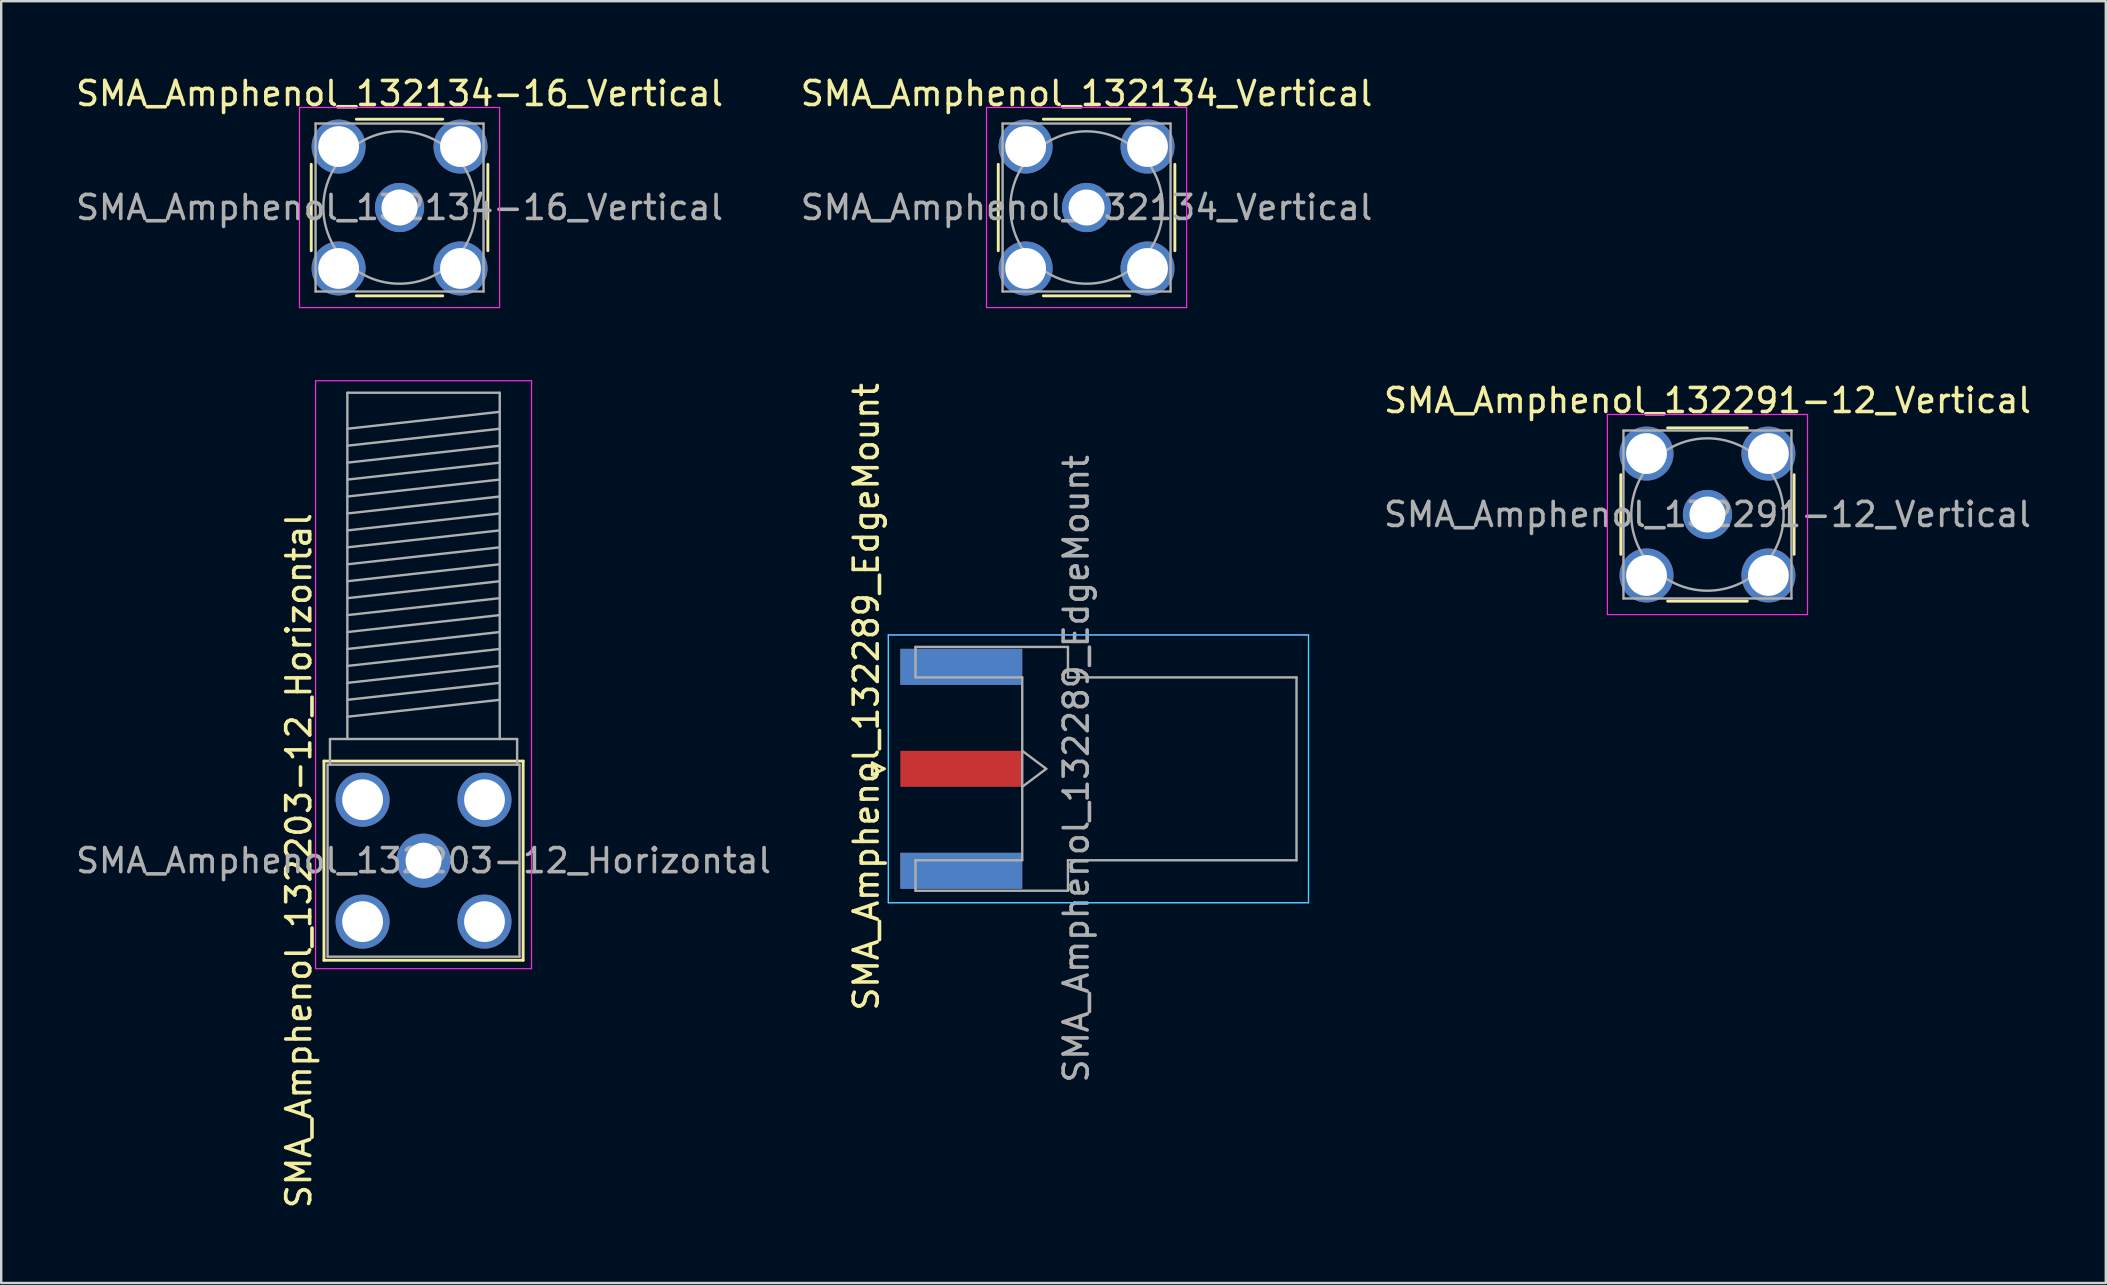
<source format=kicad_pcb>
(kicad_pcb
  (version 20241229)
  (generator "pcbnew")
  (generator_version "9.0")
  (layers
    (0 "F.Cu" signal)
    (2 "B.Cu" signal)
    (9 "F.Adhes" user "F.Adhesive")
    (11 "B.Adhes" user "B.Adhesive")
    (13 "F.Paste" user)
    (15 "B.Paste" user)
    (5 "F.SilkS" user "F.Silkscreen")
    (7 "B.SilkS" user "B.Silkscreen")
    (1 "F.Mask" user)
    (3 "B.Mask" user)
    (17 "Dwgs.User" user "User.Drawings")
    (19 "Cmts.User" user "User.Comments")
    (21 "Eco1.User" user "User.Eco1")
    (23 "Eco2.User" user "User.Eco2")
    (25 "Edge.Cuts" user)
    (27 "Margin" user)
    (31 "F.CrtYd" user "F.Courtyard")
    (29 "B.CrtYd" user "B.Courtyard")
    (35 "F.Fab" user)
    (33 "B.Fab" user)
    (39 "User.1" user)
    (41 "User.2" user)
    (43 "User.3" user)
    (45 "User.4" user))
  (footprint "SMA_Amphenol_132203-12_Horizontal"
    (layer "F.Cu")
    (at 14.601 32.818)
    (property "Reference" "SMA_Amphenol_132203-12_Horizontal" (at -5.2 0 90) (layer "F.SilkS") (effects (font (size 1 1) (thickness 0.15))))
    (attr through_hole)
    (fp_line (start -4.15 -4.15) (end -4.15 4.15) (stroke (width 0.12) (type solid)) (layer "F.SilkS"))
    (fp_line (start -4.15 -4.15) (end 4.15 -4.15) (stroke (width 0.12) (type solid)) (layer "F.SilkS"))
    (fp_line (start -4.15 4.15) (end 4.15 4.15) (stroke (width 0.12) (type solid)) (layer "F.SilkS"))
    (fp_line (start 4.15 -4.15) (end 4.15 4.15) (stroke (width 0.12) (type solid)) (layer "F.SilkS"))
    (fp_line (start -4.5 -20) (end -4.5 4.5) (stroke (width 0.05) (type solid)) (layer "F.CrtYd"))
    (fp_line (start -4.5 -20) (end 4.5 -20) (stroke (width 0.05) (type solid)) (layer "F.CrtYd"))
    (fp_line (start 4.5 4.5) (end -4.5 4.5) (stroke (width 0.05) (type solid)) (layer "F.CrtYd"))
    (fp_line (start 4.5 4.5) (end 4.5 -20) (stroke (width 0.05) (type solid)) (layer "F.CrtYd"))
    (fp_line (start -4 -4) (end -4 4) (stroke (width 0.1) (type solid)) (layer "F.Fab"))
    (fp_line (start -4 -4) (end 4 -4) (stroke (width 0.1) (type solid)) (layer "F.Fab"))
    (fp_line (start -4 4) (end 4 4) (stroke (width 0.1) (type solid)) (layer "F.Fab"))
    (fp_line (start -3.9 -5.07) (end -3.9 -4) (stroke (width 0.1) (type solid)) (layer "F.Fab"))
    (fp_line (start -3.175 -19.5) (end -3.175 -5.07) (stroke (width 0.1) (type solid)) (layer "F.Fab"))
    (fp_line (start -3.175 -19.5) (end 3.175 -19.5) (stroke (width 0.1) (type solid)) (layer "F.Fab"))
    (fp_line (start -3.175 -18) (end 3.175 -18.706) (stroke (width 0.1) (type solid)) (layer "F.Fab"))
    (fp_line (start -3.175 -17.294) (end 3.175 -18) (stroke (width 0.1) (type solid)) (layer "F.Fab"))
    (fp_line (start -3.175 -16.588) (end 3.175 -17.294) (stroke (width 0.1) (type solid)) (layer "F.Fab"))
    (fp_line (start -3.175 -15.882) (end 3.175 -16.588) (stroke (width 0.1) (type solid)) (layer "F.Fab"))
    (fp_line (start -3.175 -15.176) (end 3.175 -15.882) (stroke (width 0.1) (type solid)) (layer "F.Fab"))
    (fp_line (start -3.175 -14.47) (end 3.175 -15.176) (stroke (width 0.1) (type solid)) (layer "F.Fab"))
    (fp_line (start -3.175 -13.764) (end 3.175 -14.47) (stroke (width 0.1) (type solid)) (layer "F.Fab"))
    (fp_line (start -3.175 -13.058) (end 3.175 -13.764) (stroke (width 0.1) (type solid)) (layer "F.Fab"))
    (fp_line (start -3.175 -12.352) (end 3.175 -13.058) (stroke (width 0.1) (type solid)) (layer "F.Fab"))
    (fp_line (start -3.175 -11.646) (end 3.175 -12.352) (stroke (width 0.1) (type solid)) (layer "F.Fab"))
    (fp_line (start -3.175 -10.94) (end 3.175 -11.646) (stroke (width 0.1) (type solid)) (layer "F.Fab"))
    (fp_line (start -3.175 -10.234) (end 3.175 -10.94) (stroke (width 0.1) (type solid)) (layer "F.Fab"))
    (fp_line (start -3.175 -9.528) (end 3.175 -10.234) (stroke (width 0.1) (type solid)) (layer "F.Fab"))
    (fp_line (start -3.175 -8.822) (end 3.175 -9.528) (stroke (width 0.1) (type solid)) (layer "F.Fab"))
    (fp_line (start -3.175 -8.116) (end 3.175 -8.822) (stroke (width 0.1) (type solid)) (layer "F.Fab"))
    (fp_line (start -3.175 -7.41) (end 3.175 -8.116) (stroke (width 0.1) (type solid)) (layer "F.Fab"))
    (fp_line (start -3.175 -6.704) (end 3.175 -7.41) (stroke (width 0.1) (type solid)) (layer "F.Fab"))
    (fp_line (start -3.175 -5.998) (end 3.175 -6.704) (stroke (width 0.1) (type solid)) (layer "F.Fab"))
    (fp_line (start 3.175 -19.5) (end 3.175 -5.07) (stroke (width 0.1) (type solid)) (layer "F.Fab"))
    (fp_line (start 3.9 -5.07) (end -3.9 -5.07) (stroke (width 0.1) (type solid)) (layer "F.Fab"))
    (fp_line (start 3.9 -4) (end 3.9 -5.07) (stroke (width 0.1) (type solid)) (layer "F.Fab"))
    (fp_line (start 4 -4) (end 4 4) (stroke (width 0.1) (type solid)) (layer "F.Fab"))
    (fp_text user "${REFERENCE}" (at 0 0 0) (layer "F.Fab") (effects (font (size 1 1) (thickness 0.15))))
    (pad "1" thru_hole circle (at 0 0) (size 2.25 2.25) (drill 1.5) (layers "*.Cu" "*.Mask"))
    (pad "2" thru_hole circle (at -2.54 -2.54) (size 2.25 2.25) (drill 1.7) (layers "*.Cu" "*.Mask"))
    (pad "2" thru_hole circle (at -2.54 2.54) (size 2.25 2.25) (drill 1.7) (layers "*.Cu" "*.Mask"))
    (pad "2" thru_hole circle (at 2.54 -2.54) (size 2.25 2.25) (drill 1.7) (layers "*.Cu" "*.Mask"))
    (pad "2" thru_hole circle (at 2.54 2.54 90) (size 2.25 2.25) (drill 1.7) (layers "*.Cu" "*.Mask")))
  (footprint "SMA_Amphenol_132289_EdgeMount"
    (layer "F.Cu")
    (at 37.011 28.99)
    (property "Reference" "SMA_Amphenol_132289_EdgeMount" (at -3.96 -3 90) (layer "F.SilkS") (effects (font (size 1 1) (thickness 0.15))))
    (attr smd)
    (fp_line (start -3.71 -0.25) (end -3.71 0.25) (stroke (width 0.12) (type solid)) (layer "F.SilkS"))
    (fp_line (start -3.71 0.25) (end -3.21 0) (stroke (width 0.12) (type solid)) (layer "F.SilkS"))
    (fp_line (start -3.21 0) (end -3.71 -0.25) (stroke (width 0.12) (type solid)) (layer "F.SilkS"))
    (fp_line (start -3.04 5.58) (end -3.04 -5.58) (stroke (width 0.05) (type solid)) (layer "B.CrtYd"))
    (fp_line (start 14.47 -5.58) (end -3.04 -5.58) (stroke (width 0.05) (type solid)) (layer "B.CrtYd"))
    (fp_line (start 14.47 -5.58) (end 14.47 5.58) (stroke (width 0.05) (type solid)) (layer "B.CrtYd"))
    (fp_line (start 14.47 5.58) (end -3.04 5.58) (stroke (width 0.05) (type solid)) (layer "B.CrtYd"))
    (fp_line (start -3.04 5.58) (end -3.04 -5.58) (stroke (width 0.05) (type solid)) (layer "F.CrtYd"))
    (fp_line (start 14.47 -5.58) (end -3.04 -5.58) (stroke (width 0.05) (type solid)) (layer "F.CrtYd"))
    (fp_line (start 14.47 -5.58) (end 14.47 5.58) (stroke (width 0.05) (type solid)) (layer "F.CrtYd"))
    (fp_line (start 14.47 5.58) (end -3.04 5.58) (stroke (width 0.05) (type solid)) (layer "F.CrtYd"))
    (fp_line (start -1.91 -5.08) (end -1.91 -3.81) (stroke (width 0.1) (type solid)) (layer "F.Fab"))
    (fp_line (start -1.91 -5.08) (end 4.445 -5.08) (stroke (width 0.1) (type solid)) (layer "F.Fab"))
    (fp_line (start -1.91 -3.81) (end 2.54 -3.81) (stroke (width 0.1) (type solid)) (layer "F.Fab"))
    (fp_line (start -1.91 3.81) (end -1.91 5.08) (stroke (width 0.1) (type solid)) (layer "F.Fab"))
    (fp_line (start -1.91 5.08) (end 4.445 5.08) (stroke (width 0.1) (type solid)) (layer "F.Fab"))
    (fp_line (start 2.54 -3.81) (end 2.54 3.81) (stroke (width 0.1) (type solid)) (layer "F.Fab"))
    (fp_line (start 2.54 -0.75) (end 3.54 0) (stroke (width 0.1) (type solid)) (layer "F.Fab"))
    (fp_line (start 2.54 3.81) (end -1.91 3.81) (stroke (width 0.1) (type solid)) (layer "F.Fab"))
    (fp_line (start 3.54 0) (end 2.54 0.75) (stroke (width 0.1) (type solid)) (layer "F.Fab"))
    (fp_line (start 4.445 -3.81) (end 4.445 -5.08) (stroke (width 0.1) (type solid)) (layer "F.Fab"))
    (fp_line (start 4.445 -3.81) (end 13.97 -3.81) (stroke (width 0.1) (type solid)) (layer "F.Fab"))
    (fp_line (start 4.445 5.08) (end 4.445 3.81) (stroke (width 0.1) (type solid)) (layer "F.Fab"))
    (fp_line (start 13.97 -3.81) (end 13.97 3.81) (stroke (width 0.1) (type solid)) (layer "F.Fab"))
    (fp_line (start 13.97 3.81) (end 4.445 3.81) (stroke (width 0.1) (type solid)) (layer "F.Fab"))
    (fp_text user "${REFERENCE}" (at 4.79 0 270) (layer "F.Fab") (effects (font (size 1 1) (thickness 0.15))))
    (pad "1" smd rect (at 0 0 90) (size 1.5 5.08) (layers "F.Cu" "F.Mask" "F.Paste"))
    (pad "2" smd rect (at 0 -4.25 90) (size 1.5 5.08) (layers "F.Cu" "F.Mask" "F.Paste"))
    (pad "2" smd rect (at 0 -4.25 90) (size 1.5 5.08) (layers "B.Cu" "B.Mask" "B.Paste"))
    (pad "2" smd rect (at 0 4.25 90) (size 1.5 5.08) (layers "F.Cu" "F.Mask" "F.Paste"))
    (pad "2" smd rect (at 0 4.25 90) (size 1.5 5.08) (layers "B.Cu" "B.Mask" "B.Paste")))
  (footprint "SMA_Amphenol_132134-16_Vertical"
    (layer "F.Cu")
    (at 13.601 5.598)
    (property "Reference" "SMA_Amphenol_132134-16_Vertical" (at 0 -4.75 0) (layer "F.SilkS") (effects (font (size 1 1) (thickness 0.15))))
    (attr through_hole)
    (fp_line (start -3.68 -1.8) (end -3.68 1.8) (stroke (width 0.12) (type solid)) (layer "F.SilkS"))
    (fp_line (start -1.8 -3.68) (end 1.8 -3.68) (stroke (width 0.12) (type solid)) (layer "F.SilkS"))
    (fp_line (start -1.8 3.68) (end 1.8 3.68) (stroke (width 0.12) (type solid)) (layer "F.SilkS"))
    (fp_line (start 3.68 -1.8) (end 3.68 1.8) (stroke (width 0.12) (type solid)) (layer "F.SilkS"))
    (fp_line (start -4.17 -4.17) (end -4.17 4.17) (stroke (width 0.05) (type solid)) (layer "F.CrtYd"))
    (fp_line (start -4.17 -4.17) (end 4.17 -4.17) (stroke (width 0.05) (type solid)) (layer "F.CrtYd"))
    (fp_line (start 4.17 4.17) (end -4.17 4.17) (stroke (width 0.05) (type solid)) (layer "F.CrtYd"))
    (fp_line (start 4.17 4.17) (end 4.17 -4.17) (stroke (width 0.05) (type solid)) (layer "F.CrtYd"))
    (fp_line (start -3.5 -3.5) (end -3.5 3.5) (stroke (width 0.1) (type solid)) (layer "F.Fab"))
    (fp_line (start -3.5 -3.5) (end 3.5 -3.5) (stroke (width 0.1) (type solid)) (layer "F.Fab"))
    (fp_line (start -3.5 3.5) (end 3.5 3.5) (stroke (width 0.1) (type solid)) (layer "F.Fab"))
    (fp_line (start 3.5 -3.5) (end 3.5 3.5) (stroke (width 0.1) (type solid)) (layer "F.Fab"))
    (fp_circle (center 0 0) (end 3.175 0) (stroke (width 0.1) (type solid)) (fill no) (layer "F.Fab"))
    (fp_text user "${REFERENCE}" (at 0 0 0) (layer "F.Fab") (effects (font (size 1 1) (thickness 0.15))))
    (pad "1" thru_hole circle (at 0 0) (size 2.05 2.05) (drill 1.5) (layers "*.Cu" "*.Mask"))
    (pad "2" thru_hole circle (at -2.54 -2.54) (size 2.25 2.25) (drill 1.7) (layers "*.Cu" "*.Mask"))
    (pad "2" thru_hole circle (at -2.54 2.54) (size 2.25 2.25) (drill 1.7) (layers "*.Cu" "*.Mask"))
    (pad "2" thru_hole circle (at 2.54 -2.54) (size 2.25 2.25) (drill 1.7) (layers "*.Cu" "*.Mask"))
    (pad "2" thru_hole circle (at 2.54 2.54) (size 2.25 2.25) (drill 1.7) (layers "*.Cu" "*.Mask")))
  (footprint "SMA_Amphenol_132134_Vertical"
    (layer "F.Cu")
    (at 42.232 5.598)
    (property "Reference" "SMA_Amphenol_132134_Vertical" (at 0 -4.75 0) (layer "F.SilkS") (effects (font (size 1 1) (thickness 0.15))))
    (attr through_hole)
    (fp_line (start -3.68 -1.8) (end -3.68 1.8) (stroke (width 0.12) (type solid)) (layer "F.SilkS"))
    (fp_line (start -1.8 -3.68) (end 1.8 -3.68) (stroke (width 0.12) (type solid)) (layer "F.SilkS"))
    (fp_line (start -1.8 3.68) (end 1.8 3.68) (stroke (width 0.12) (type solid)) (layer "F.SilkS"))
    (fp_line (start 3.68 -1.8) (end 3.68 1.8) (stroke (width 0.12) (type solid)) (layer "F.SilkS"))
    (fp_line (start -4.17 -4.17) (end -4.17 4.17) (stroke (width 0.05) (type solid)) (layer "F.CrtYd"))
    (fp_line (start -4.17 -4.17) (end 4.17 -4.17) (stroke (width 0.05) (type solid)) (layer "F.CrtYd"))
    (fp_line (start 4.17 4.17) (end -4.17 4.17) (stroke (width 0.05) (type solid)) (layer "F.CrtYd"))
    (fp_line (start 4.17 4.17) (end 4.17 -4.17) (stroke (width 0.05) (type solid)) (layer "F.CrtYd"))
    (fp_line (start -3.5 -3.5) (end -3.5 3.5) (stroke (width 0.1) (type solid)) (layer "F.Fab"))
    (fp_line (start -3.5 -3.5) (end 3.5 -3.5) (stroke (width 0.1) (type solid)) (layer "F.Fab"))
    (fp_line (start -3.5 3.5) (end 3.5 3.5) (stroke (width 0.1) (type solid)) (layer "F.Fab"))
    (fp_line (start 3.5 -3.5) (end 3.5 3.5) (stroke (width 0.1) (type solid)) (layer "F.Fab"))
    (fp_circle (center 0 0) (end 3.175 0) (stroke (width 0.1) (type solid)) (fill no) (layer "F.Fab"))
    (fp_text user "${REFERENCE}" (at 0 0 0) (layer "F.Fab") (effects (font (size 1 1) (thickness 0.15))))
    (pad "1" thru_hole circle (at 0 0) (size 2.05 2.05) (drill 1.5) (layers "*.Cu" "*.Mask"))
    (pad "2" thru_hole circle (at -2.54 -2.54) (size 2.25 2.25) (drill 1.7) (layers "*.Cu" "*.Mask"))
    (pad "2" thru_hole circle (at -2.54 2.54) (size 2.25 2.25) (drill 1.7) (layers "*.Cu" "*.Mask"))
    (pad "2" thru_hole circle (at 2.54 -2.54) (size 2.25 2.25) (drill 1.7) (layers "*.Cu" "*.Mask"))
    (pad "2" thru_hole circle (at 2.54 2.54) (size 2.25 2.25) (drill 1.7) (layers "*.Cu" "*.Mask")))
  (footprint "SMA_Amphenol_132291-12_Vertical"
    (layer "F.Cu")
    (at 68.107 18.392)
    (property "Reference" "SMA_Amphenol_132291-12_Vertical" (at 0 -4.75 0) (layer "F.SilkS") (effects (font (size 1 1) (thickness 0.15))))
    (attr through_hole)
    (fp_line (start -3.61 -1.66) (end -3.61 1.66) (stroke (width 0.12) (type solid)) (layer "F.SilkS"))
    (fp_line (start 1.66 -3.61) (end -1.66 -3.61) (stroke (width 0.12) (type solid)) (layer "F.SilkS"))
    (fp_line (start 1.66 3.61) (end -1.66 3.61) (stroke (width 0.12) (type solid)) (layer "F.SilkS"))
    (fp_line (start 3.61 -1.66) (end 3.61 1.66) (stroke (width 0.12) (type solid)) (layer "F.SilkS"))
    (fp_line (start -4.17 -4.17) (end -4.17 4.17) (stroke (width 0.05) (type solid)) (layer "F.CrtYd"))
    (fp_line (start -4.17 -4.17) (end 4.17 -4.17) (stroke (width 0.05) (type solid)) (layer "F.CrtYd"))
    (fp_line (start 4.17 4.17) (end -4.17 4.17) (stroke (width 0.05) (type solid)) (layer "F.CrtYd"))
    (fp_line (start 4.17 4.17) (end 4.17 -4.17) (stroke (width 0.05) (type solid)) (layer "F.CrtYd"))
    (fp_line (start -3.5 -3.5) (end -3.5 3.5) (stroke (width 0.1) (type solid)) (layer "F.Fab"))
    (fp_line (start -3.5 -3.5) (end 3.5 -3.5) (stroke (width 0.1) (type solid)) (layer "F.Fab"))
    (fp_line (start -3.5 3.5) (end 3.5 3.5) (stroke (width 0.1) (type solid)) (layer "F.Fab"))
    (fp_line (start 3.5 -3.5) (end 3.5 3.5) (stroke (width 0.1) (type solid)) (layer "F.Fab"))
    (fp_circle (center 0 0) (end 3.175 0) (stroke (width 0.1) (type solid)) (fill no) (layer "F.Fab"))
    (fp_text user "${REFERENCE}" (at 0 0 0) (layer "F.Fab") (effects (font (size 1 1) (thickness 0.15))))
    (pad "1" thru_hole circle (at 0 0) (size 2.05 2.05) (drill 1.5) (layers "*.Cu" "*.Mask"))
    (pad "2" thru_hole circle (at -2.54 -2.54) (size 2.25 2.25) (drill 1.7) (layers "*.Cu" "*.Mask"))
    (pad "2" thru_hole circle (at -2.54 2.54) (size 2.25 2.25) (drill 1.7) (layers "*.Cu" "*.Mask"))
    (pad "2" thru_hole circle (at 2.54 -2.54) (size 2.25 2.25) (drill 1.7) (layers "*.Cu" "*.Mask"))
    (pad "2" thru_hole circle (at 2.54 2.54) (size 2.25 2.25) (drill 1.7) (layers "*.Cu" "*.Mask")))
  (gr_rect
    (start -3 -3)
    (end 84.708 50.419)
    (stroke (width 0.1) (type default))
    (fill no)
    (layer "Edge.Cuts")))
</source>
